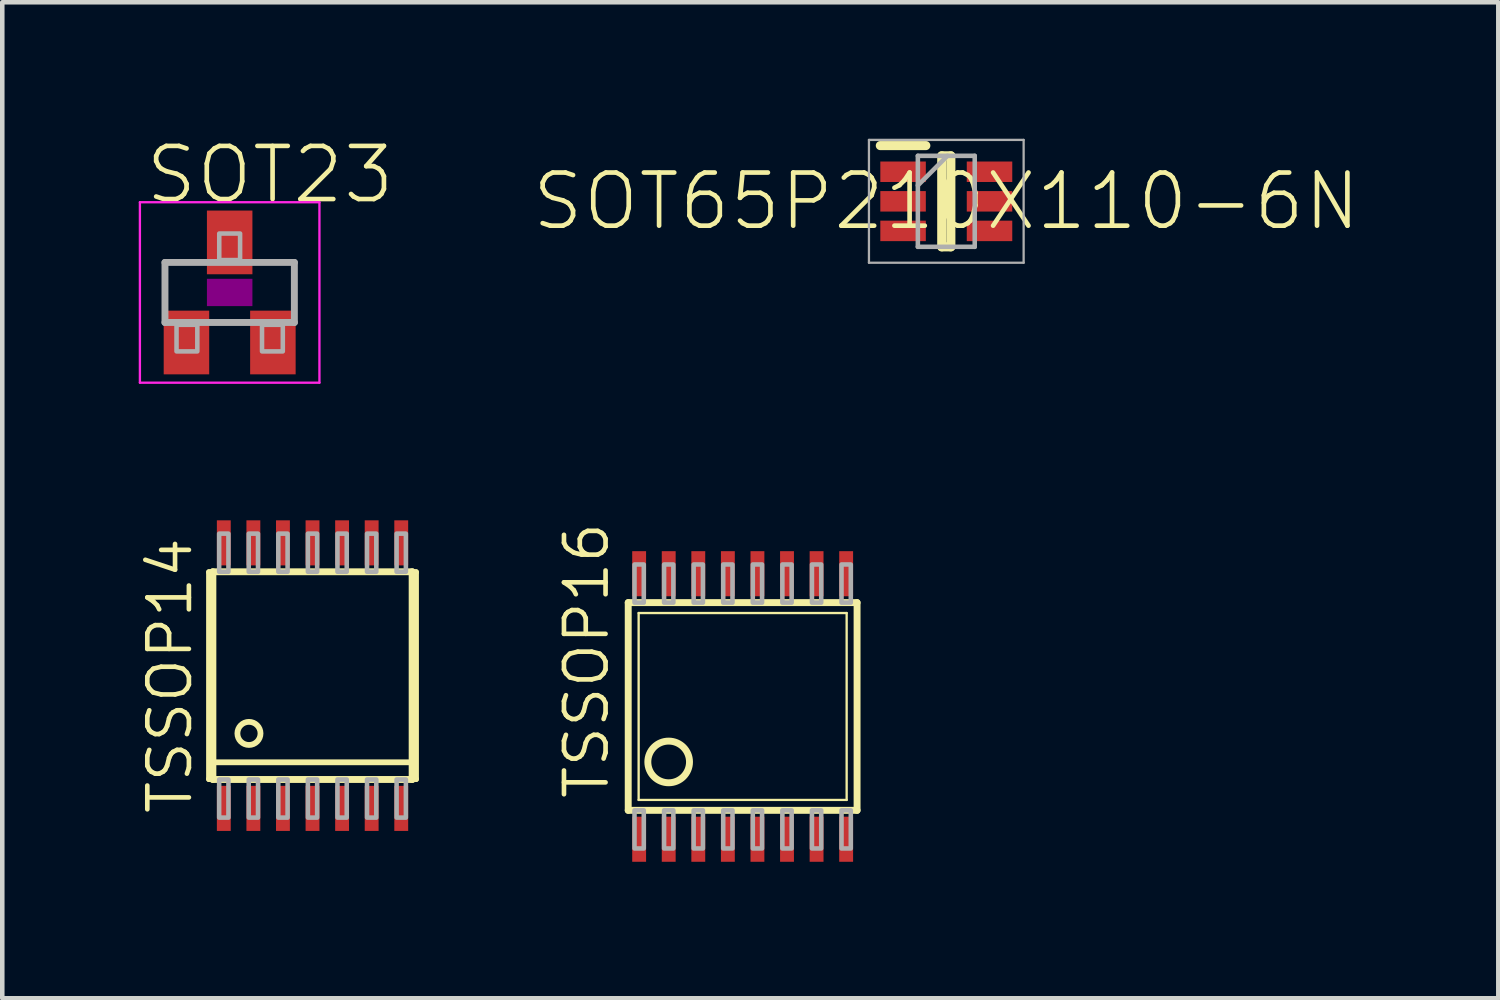
<source format=kicad_pcb>
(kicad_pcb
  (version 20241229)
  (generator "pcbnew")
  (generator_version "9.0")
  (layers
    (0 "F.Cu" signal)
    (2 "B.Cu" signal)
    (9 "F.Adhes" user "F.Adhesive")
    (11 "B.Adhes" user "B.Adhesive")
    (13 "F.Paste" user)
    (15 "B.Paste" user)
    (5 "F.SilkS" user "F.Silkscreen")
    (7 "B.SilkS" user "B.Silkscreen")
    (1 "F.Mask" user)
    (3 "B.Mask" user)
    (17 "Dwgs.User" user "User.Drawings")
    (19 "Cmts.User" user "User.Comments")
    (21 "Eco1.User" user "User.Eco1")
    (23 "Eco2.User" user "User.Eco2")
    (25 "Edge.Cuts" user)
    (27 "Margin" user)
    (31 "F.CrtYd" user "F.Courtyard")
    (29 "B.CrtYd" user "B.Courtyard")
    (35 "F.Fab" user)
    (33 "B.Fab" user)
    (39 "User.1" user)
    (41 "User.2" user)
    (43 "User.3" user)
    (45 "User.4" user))
  (footprint "SOT65P210X110-6N"
    (layer "F.Cu")
    (at 17.749 1.375)
    (property "Reference" "SOT65P210X110-6N" (at 0 0 0) (unlocked yes) (layer "F.SilkS") (effects (font (size 1.168 1.168) (thickness 0.102))))
    (fp_line (start -1.45 -1.225) (end -0.45 -1.225) (stroke (width 0.2) (type solid)) (layer "F.SilkS"))
    (fp_line (start -0.1 -1) (end 0.1 -1) (stroke (width 0.2) (type solid)) (layer "F.SilkS"))
    (fp_line (start -0.1 1) (end -0.1 -1) (stroke (width 0.2) (type solid)) (layer "F.SilkS"))
    (fp_line (start 0.1 -1) (end 0.1 1) (stroke (width 0.2) (type solid)) (layer "F.SilkS"))
    (fp_line (start 0.1 1) (end -0.1 1) (stroke (width 0.2) (type solid)) (layer "F.SilkS"))
    (fp_line (start -1.7 -1.35) (end 1.7 -1.35) (stroke (width 0.05) (type solid)) (layer "F.Fab"))
    (fp_line (start -1.7 1.35) (end -1.7 -1.35) (stroke (width 0.05) (type solid)) (layer "F.Fab"))
    (fp_line (start -0.625 -1) (end 0.625 -1) (stroke (width 0.1) (type solid)) (layer "F.Fab"))
    (fp_line (start -0.625 -0.35) (end 0.025 -1) (stroke (width 0.1) (type solid)) (layer "F.Fab"))
    (fp_line (start -0.625 1) (end -0.625 -1) (stroke (width 0.1) (type solid)) (layer "F.Fab"))
    (fp_line (start 0.625 -1) (end 0.625 1) (stroke (width 0.1) (type solid)) (layer "F.Fab"))
    (fp_line (start 0.625 1) (end -0.625 1) (stroke (width 0.1) (type solid)) (layer "F.Fab"))
    (fp_line (start 1.7 -1.35) (end 1.7 1.35) (stroke (width 0.05) (type solid)) (layer "F.Fab"))
    (fp_line (start 1.7 1.35) (end -1.7 1.35) (stroke (width 0.05) (type solid)) (layer "F.Fab"))
    (pad "1" smd rect (at -0.95 -0.65) (size 1 0.45) (layers "F.Cu" "F.Mask" "F.Paste"))
    (pad "2" smd rect (at -0.95 0) (size 1 0.45) (layers "F.Cu" "F.Mask" "F.Paste"))
    (pad "3" smd rect (at -0.95 0.65) (size 1 0.45) (layers "F.Cu" "F.Mask" "F.Paste"))
    (pad "4" smd rect (at 0.95 0.65) (size 1 0.45) (layers "F.Cu" "F.Mask" "F.Paste"))
    (pad "5" smd rect (at 0.95 0) (size 1 0.45) (layers "F.Cu" "F.Mask" "F.Paste"))
    (pad "6" smd rect (at 0.95 -0.65) (size 1 0.45) (layers "F.Cu" "F.Mask" "F.Paste")))
  (footprint "TSSOP14"
    (layer "F.Cu")
    (at 3.819 11.8)
    (property "Reference" "TSSOP14" (at -2.6 0 90) (unlocked yes) (layer "F.SilkS") (effects (font (size 0.914 0.914) (thickness 0.102)) (justify bottom)))
    (fp_line (start -2.275 -2.275) (end -2.275 2.275) (stroke (width 0.127) (type solid)) (layer "F.SilkS"))
    (fp_line (start -2.275 -2.275) (end 2.275 -2.275) (stroke (width 0.127) (type solid)) (layer "F.SilkS"))
    (fp_line (start -2.19 2.283) (end -2.19 -2.283) (stroke (width 0.152) (type solid)) (layer "F.SilkS"))
    (fp_line (start -2.19 2.283) (end 2.19 2.283) (stroke (width 0.152) (type solid)) (layer "F.SilkS"))
    (fp_line (start -2.159 1.905) (end 2.159 1.905) (stroke (width 0.127) (type solid)) (layer "F.SilkS"))
    (fp_line (start 2.19 -2.283) (end -2.19 -2.283) (stroke (width 0.152) (type solid)) (layer "F.SilkS"))
    (fp_line (start 2.19 -2.283) (end 2.19 2.283) (stroke (width 0.152) (type solid)) (layer "F.SilkS"))
    (fp_line (start 2.275 -2.275) (end 2.275 2.275) (stroke (width 0.127) (type solid)) (layer "F.SilkS"))
    (fp_line (start 2.275 2.275) (end -2.275 2.275) (stroke (width 0.127) (type solid)) (layer "F.SilkS"))
    (fp_circle (center -1.397 1.27) (end -1.143 1.27) (stroke (width 0.127) (type solid)) (fill no) (layer "F.SilkS"))
    (fp_poly (pts (xy -2.052 -2.283) (xy -1.848 -2.283) (xy -1.848 -3.121) (xy -2.052 -3.121)) (stroke (width 0.1) (type default)) (fill no) (layer "F.Fab"))
    (fp_poly (pts (xy -2.052 3.121) (xy -1.848 3.121) (xy -1.848 2.283) (xy -2.052 2.283)) (stroke (width 0.1) (type default)) (fill no) (layer "F.Fab"))
    (fp_poly (pts (xy -1.402 -2.283) (xy -1.198 -2.283) (xy -1.198 -3.121) (xy -1.402 -3.121)) (stroke (width 0.1) (type default)) (fill no) (layer "F.Fab"))
    (fp_poly (pts (xy -1.402 3.121) (xy -1.198 3.121) (xy -1.198 2.283) (xy -1.402 2.283)) (stroke (width 0.1) (type default)) (fill no) (layer "F.Fab"))
    (fp_poly (pts (xy -0.752 -2.283) (xy -0.548 -2.283) (xy -0.548 -3.121) (xy -0.752 -3.121)) (stroke (width 0.1) (type default)) (fill no) (layer "F.Fab"))
    (fp_poly (pts (xy -0.752 3.121) (xy -0.548 3.121) (xy -0.548 2.283) (xy -0.752 2.283)) (stroke (width 0.1) (type default)) (fill no) (layer "F.Fab"))
    (fp_poly (pts (xy -0.102 -2.283) (xy 0.102 -2.283) (xy 0.102 -3.121) (xy -0.102 -3.121)) (stroke (width 0.1) (type default)) (fill no) (layer "F.Fab"))
    (fp_poly (pts (xy -0.102 3.121) (xy 0.102 3.121) (xy 0.102 2.283) (xy -0.102 2.283)) (stroke (width 0.1) (type default)) (fill no) (layer "F.Fab"))
    (fp_poly (pts (xy 0.548 -2.283) (xy 0.752 -2.283) (xy 0.752 -3.121) (xy 0.548 -3.121)) (stroke (width 0.1) (type default)) (fill no) (layer "F.Fab"))
    (fp_poly (pts (xy 0.548 3.121) (xy 0.752 3.121) (xy 0.752 2.283) (xy 0.548 2.283)) (stroke (width 0.1) (type default)) (fill no) (layer "F.Fab"))
    (fp_poly (pts (xy 1.198 -2.283) (xy 1.402 -2.283) (xy 1.402 -3.121) (xy 1.198 -3.121)) (stroke (width 0.1) (type default)) (fill no) (layer "F.Fab"))
    (fp_poly (pts (xy 1.198 3.121) (xy 1.402 3.121) (xy 1.402 2.283) (xy 1.198 2.283)) (stroke (width 0.1) (type default)) (fill no) (layer "F.Fab"))
    (fp_poly (pts (xy 1.848 -2.283) (xy 2.052 -2.283) (xy 2.052 -3.121) (xy 1.848 -3.121)) (stroke (width 0.1) (type default)) (fill no) (layer "F.Fab"))
    (fp_poly (pts (xy 1.848 3.121) (xy 2.052 3.121) (xy 2.052 2.283) (xy 1.848 2.283)) (stroke (width 0.1) (type default)) (fill no) (layer "F.Fab"))
    (pad "1" smd rect (at -1.95 2.918) (size 0.305 0.991) (layers "F.Cu" "F.Mask" "F.Paste"))
    (pad "2" smd rect (at -1.3 2.918) (size 0.305 0.991) (layers "F.Cu" "F.Mask" "F.Paste"))
    (pad "3" smd rect (at -0.65 2.918) (size 0.305 0.991) (layers "F.Cu" "F.Mask" "F.Paste"))
    (pad "4" smd rect (at 0 2.918) (size 0.305 0.991) (layers "F.Cu" "F.Mask" "F.Paste"))
    (pad "5" smd rect (at 0.65 2.918) (size 0.305 0.991) (layers "F.Cu" "F.Mask" "F.Paste"))
    (pad "6" smd rect (at 1.3 2.918) (size 0.305 0.991) (layers "F.Cu" "F.Mask" "F.Paste"))
    (pad "7" smd rect (at 1.95 2.918) (size 0.305 0.991) (layers "F.Cu" "F.Mask" "F.Paste"))
    (pad "8" smd rect (at 1.95 -2.918) (size 0.305 0.991) (layers "F.Cu" "F.Mask" "F.Paste"))
    (pad "9" smd rect (at 1.3 -2.918) (size 0.305 0.991) (layers "F.Cu" "F.Mask" "F.Paste"))
    (pad "10" smd rect (at 0.65 -2.918) (size 0.305 0.991) (layers "F.Cu" "F.Mask" "F.Paste"))
    (pad "11" smd rect (at 0 -2.918) (size 0.305 0.991) (layers "F.Cu" "F.Mask" "F.Paste"))
    (pad "12" smd rect (at -0.65 -2.918) (size 0.305 0.991) (layers "F.Cu" "F.Mask" "F.Paste"))
    (pad "13" smd rect (at -1.3 -2.918) (size 0.305 0.991) (layers "F.Cu" "F.Mask" "F.Paste"))
    (pad "14" smd rect (at -1.95 -2.918) (size 0.305 0.991) (layers "F.Cu" "F.Mask" "F.Paste")))
  (footprint "TSSOP16"
    (layer "F.Cu")
    (at 13.273 12.478)
    (property "Reference" "TSSOP16" (at -2.896 2.083 90) (unlocked yes) (layer "F.SilkS") (effects (font (size 0.914 0.914) (thickness 0.102)) (justify left bottom)))
    (fp_line (start -2.515 2.283) (end -2.515 -2.283) (stroke (width 0.152) (type solid)) (layer "F.SilkS"))
    (fp_line (start -2.515 2.283) (end 2.515 2.283) (stroke (width 0.152) (type solid)) (layer "F.SilkS"))
    (fp_line (start -2.286 2.054) (end -2.286 -2.054) (stroke (width 0.051) (type solid)) (layer "F.SilkS"))
    (fp_line (start -2.286 2.054) (end 2.286 2.054) (stroke (width 0.051) (type solid)) (layer "F.SilkS"))
    (fp_line (start 2.286 -2.054) (end -2.286 -2.054) (stroke (width 0.051) (type solid)) (layer "F.SilkS"))
    (fp_line (start 2.286 -2.054) (end 2.286 2.054) (stroke (width 0.051) (type solid)) (layer "F.SilkS"))
    (fp_line (start 2.515 -2.283) (end -2.515 -2.283) (stroke (width 0.152) (type solid)) (layer "F.SilkS"))
    (fp_line (start 2.515 -2.283) (end 2.515 2.283) (stroke (width 0.152) (type solid)) (layer "F.SilkS"))
    (fp_circle (center -1.626 1.219) (end -1.168 1.219) (stroke (width 0.152) (type solid)) (fill no) (layer "F.SilkS"))
    (fp_poly (pts (xy -2.377 -2.283) (xy -2.173 -2.283) (xy -2.173 -3.121) (xy -2.377 -3.121)) (stroke (width 0.1) (type default)) (fill no) (layer "F.Fab"))
    (fp_poly (pts (xy -2.377 3.121) (xy -2.173 3.121) (xy -2.173 2.283) (xy -2.377 2.283)) (stroke (width 0.1) (type default)) (fill no) (layer "F.Fab"))
    (fp_poly (pts (xy -1.727 -2.283) (xy -1.523 -2.283) (xy -1.523 -3.121) (xy -1.727 -3.121)) (stroke (width 0.1) (type default)) (fill no) (layer "F.Fab"))
    (fp_poly (pts (xy -1.727 3.121) (xy -1.523 3.121) (xy -1.523 2.283) (xy -1.727 2.283)) (stroke (width 0.1) (type default)) (fill no) (layer "F.Fab"))
    (fp_poly (pts (xy -1.077 -2.283) (xy -0.873 -2.283) (xy -0.873 -3.121) (xy -1.077 -3.121)) (stroke (width 0.1) (type default)) (fill no) (layer "F.Fab"))
    (fp_poly (pts (xy -1.077 3.121) (xy -0.873 3.121) (xy -0.873 2.283) (xy -1.077 2.283)) (stroke (width 0.1) (type default)) (fill no) (layer "F.Fab"))
    (fp_poly (pts (xy -0.427 -2.283) (xy -0.223 -2.283) (xy -0.223 -3.121) (xy -0.427 -3.121)) (stroke (width 0.1) (type default)) (fill no) (layer "F.Fab"))
    (fp_poly (pts (xy -0.427 3.121) (xy -0.223 3.121) (xy -0.223 2.283) (xy -0.427 2.283)) (stroke (width 0.1) (type default)) (fill no) (layer "F.Fab"))
    (fp_poly (pts (xy 0.223 -2.283) (xy 0.427 -2.283) (xy 0.427 -3.121) (xy 0.223 -3.121)) (stroke (width 0.1) (type default)) (fill no) (layer "F.Fab"))
    (fp_poly (pts (xy 0.223 3.121) (xy 0.427 3.121) (xy 0.427 2.283) (xy 0.223 2.283)) (stroke (width 0.1) (type default)) (fill no) (layer "F.Fab"))
    (fp_poly (pts (xy 0.873 -2.283) (xy 1.077 -2.283) (xy 1.077 -3.121) (xy 0.873 -3.121)) (stroke (width 0.1) (type default)) (fill no) (layer "F.Fab"))
    (fp_poly (pts (xy 0.873 3.121) (xy 1.077 3.121) (xy 1.077 2.283) (xy 0.873 2.283)) (stroke (width 0.1) (type default)) (fill no) (layer "F.Fab"))
    (fp_poly (pts (xy 1.523 -2.283) (xy 1.727 -2.283) (xy 1.727 -3.121) (xy 1.523 -3.121)) (stroke (width 0.1) (type default)) (fill no) (layer "F.Fab"))
    (fp_poly (pts (xy 1.523 3.121) (xy 1.727 3.121) (xy 1.727 2.283) (xy 1.523 2.283)) (stroke (width 0.1) (type default)) (fill no) (layer "F.Fab"))
    (fp_poly (pts (xy 2.173 -2.283) (xy 2.377 -2.283) (xy 2.377 -3.121) (xy 2.173 -3.121)) (stroke (width 0.1) (type default)) (fill no) (layer "F.Fab"))
    (fp_poly (pts (xy 2.173 3.121) (xy 2.377 3.121) (xy 2.377 2.283) (xy 2.173 2.283)) (stroke (width 0.1) (type default)) (fill no) (layer "F.Fab"))
    (pad "1" smd rect (at -2.275 2.918) (size 0.305 0.991) (layers "F.Cu" "F.Mask" "F.Paste"))
    (pad "2" smd rect (at -1.625 2.918) (size 0.305 0.991) (layers "F.Cu" "F.Mask" "F.Paste"))
    (pad "3" smd rect (at -0.975 2.918) (size 0.305 0.991) (layers "F.Cu" "F.Mask" "F.Paste"))
    (pad "4" smd rect (at -0.325 2.918) (size 0.305 0.991) (layers "F.Cu" "F.Mask" "F.Paste"))
    (pad "5" smd rect (at 0.325 2.918) (size 0.305 0.991) (layers "F.Cu" "F.Mask" "F.Paste"))
    (pad "6" smd rect (at 0.975 2.918) (size 0.305 0.991) (layers "F.Cu" "F.Mask" "F.Paste"))
    (pad "7" smd rect (at 1.625 2.918) (size 0.305 0.991) (layers "F.Cu" "F.Mask" "F.Paste"))
    (pad "8" smd rect (at 2.275 2.918) (size 0.305 0.991) (layers "F.Cu" "F.Mask" "F.Paste"))
    (pad "9" smd rect (at 2.275 -2.918) (size 0.305 0.991) (layers "F.Cu" "F.Mask" "F.Paste"))
    (pad "10" smd rect (at 1.625 -2.918) (size 0.305 0.991) (layers "F.Cu" "F.Mask" "F.Paste"))
    (pad "11" smd rect (at 0.975 -2.918) (size 0.305 0.991) (layers "F.Cu" "F.Mask" "F.Paste"))
    (pad "12" smd rect (at 0.325 -2.918) (size 0.305 0.991) (layers "F.Cu" "F.Mask" "F.Paste"))
    (pad "13" smd rect (at -0.325 -2.918) (size 0.305 0.991) (layers "F.Cu" "F.Mask" "F.Paste"))
    (pad "14" smd rect (at -0.975 -2.918) (size 0.305 0.991) (layers "F.Cu" "F.Mask" "F.Paste"))
    (pad "15" smd rect (at -1.625 -2.918) (size 0.305 0.991) (layers "F.Cu" "F.Mask" "F.Paste"))
    (pad "16" smd rect (at -2.275 -2.918) (size 0.305 0.991) (layers "F.Cu" "F.Mask" "F.Paste")))
  (footprint "SOT23"
    (layer "F.Cu")
    (at 1.998 3.378)
    (property "Reference" "SOT23" (at -1.905 -1.905 0) (unlocked yes) (layer "F.SilkS") (effects (font (size 1.168 1.168) (thickness 0.102)) (justify left bottom)))
    (fp_poly (pts (xy -0.5 0.3) (xy 0.5 0.3) (xy 0.5 -0.3) (xy -0.5 -0.3)) (stroke (width 0) (type default)) (fill yes) (layer "F.Adhes"))
    (fp_line (start -1.973 -1.983) (end 1.973 -1.983) (stroke (width 0.051) (type solid)) (layer "F.CrtYd"))
    (fp_line (start -1.973 1.983) (end -1.973 -1.983) (stroke (width 0.051) (type solid)) (layer "F.CrtYd"))
    (fp_line (start 1.973 -1.983) (end 1.973 1.983) (stroke (width 0.051) (type solid)) (layer "F.CrtYd"))
    (fp_line (start 1.973 1.983) (end -1.973 1.983) (stroke (width 0.051) (type solid)) (layer "F.CrtYd"))
    (fp_line (start -1.422 -0.66) (end 1.422 -0.66) (stroke (width 0.152) (type solid)) (layer "F.Fab"))
    (fp_line (start -1.422 0.66) (end -1.422 -0.66) (stroke (width 0.152) (type solid)) (layer "F.Fab"))
    (fp_line (start 1.422 -0.66) (end 1.422 0.66) (stroke (width 0.152) (type solid)) (layer "F.Fab"))
    (fp_line (start 1.422 0.66) (end -1.422 0.66) (stroke (width 0.152) (type solid)) (layer "F.Fab"))
    (fp_poly (pts (xy -1.168 1.295) (xy -0.711 1.295) (xy -0.711 0.711) (xy -1.168 0.711)) (stroke (width 0.1) (type default)) (fill no) (layer "F.Fab"))
    (fp_poly (pts (xy -0.229 -0.711) (xy 0.229 -0.711) (xy 0.229 -1.295) (xy -0.229 -1.295)) (stroke (width 0.1) (type default)) (fill no) (layer "F.Fab"))
    (fp_poly (pts (xy 0.711 1.295) (xy 1.168 1.295) (xy 1.168 0.711) (xy 0.711 0.711)) (stroke (width 0.1) (type default)) (fill no) (layer "F.Fab"))
    (pad "1" smd rect (at -0.95 1.1) (size 1 1.4) (layers "F.Cu" "F.Mask" "F.Paste"))
    (pad "2" smd rect (at 0.95 1.1) (size 1 1.4) (layers "F.Cu" "F.Mask" "F.Paste"))
    (pad "3" smd rect (at 0 -1.1) (size 1 1.4) (layers "F.Cu" "F.Mask" "F.Paste")))
  (gr_rect
    (start -3 -3)
    (end 29.882 18.891)
    (stroke (width 0.1) (type default))
    (fill no)
    (layer "Edge.Cuts")))
</source>
